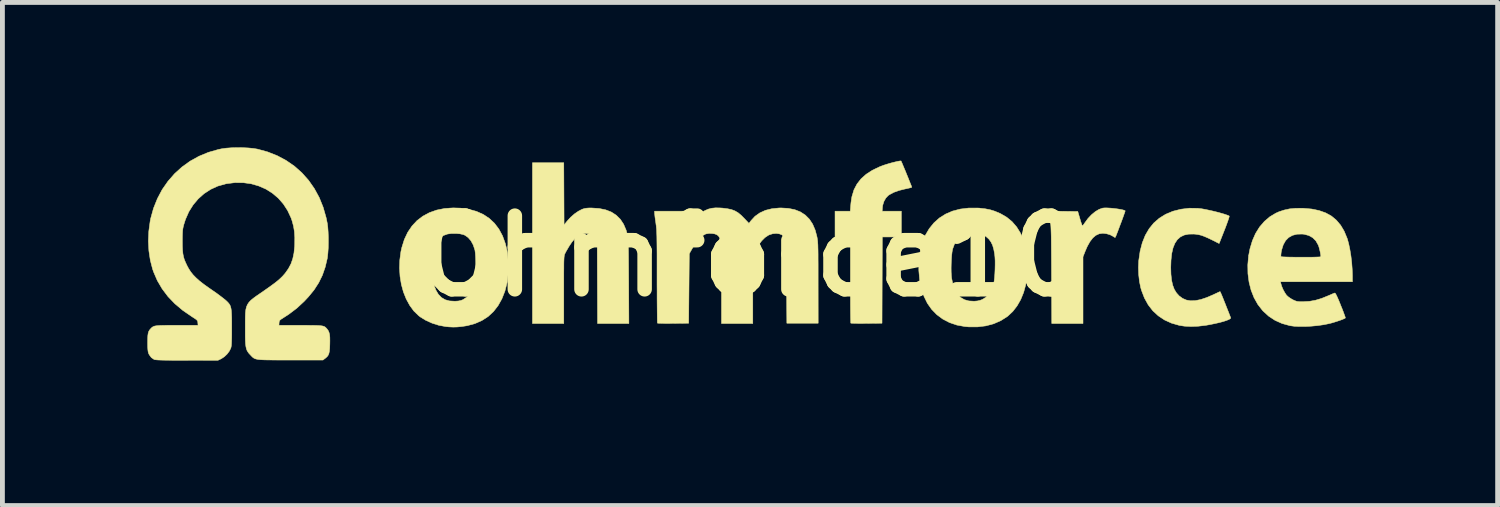
<source format=kicad_pcb>
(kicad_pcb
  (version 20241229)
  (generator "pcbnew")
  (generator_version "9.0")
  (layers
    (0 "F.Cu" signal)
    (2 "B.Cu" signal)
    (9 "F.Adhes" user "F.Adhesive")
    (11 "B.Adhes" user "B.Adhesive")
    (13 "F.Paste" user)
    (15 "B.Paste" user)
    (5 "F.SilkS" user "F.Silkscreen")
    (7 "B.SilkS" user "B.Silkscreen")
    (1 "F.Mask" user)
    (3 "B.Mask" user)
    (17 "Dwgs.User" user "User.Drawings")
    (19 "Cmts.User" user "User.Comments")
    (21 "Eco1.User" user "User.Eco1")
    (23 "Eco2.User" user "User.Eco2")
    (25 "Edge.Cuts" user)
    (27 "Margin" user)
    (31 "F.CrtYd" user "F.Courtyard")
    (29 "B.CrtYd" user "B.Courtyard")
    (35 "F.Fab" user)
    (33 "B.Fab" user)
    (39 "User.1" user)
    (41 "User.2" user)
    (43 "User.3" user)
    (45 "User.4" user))
  (footprint "Ohmforce10"
    (layer "F.Cu")
    (at 12.502 2.247)
    (property "Reference" "Ohmforce10" (at 0 0 0) (layer "F.SilkS") (effects (font (size 1.524 1.524) (thickness 0.3))))
    (attr through_hole)
    (fp_poly (pts (xy -3.883 -1.287) (xy -3.88 -0.644) (xy -3.81 -0.729) (xy -3.741 -0.804) (xy -3.663 -0.872) (xy -3.583 -0.927) (xy -3.508 -0.966) (xy -3.505 -0.967) (xy -3.463 -0.981) (xy -3.419 -0.989) (xy -3.365 -0.993) (xy -3.308 -0.993) (xy -3.155 -0.983) (xy -3.019 -0.955) (xy -2.901 -0.909) (xy -2.801 -0.844) (xy -2.716 -0.76) (xy -2.648 -0.657) (xy -2.596 -0.535) (xy -2.571 -0.445) (xy -2.566 -0.424) (xy -2.562 -0.4) (xy -2.559 -0.372) (xy -2.556 -0.338) (xy -2.554 -0.295) (xy -2.552 -0.241) (xy -2.55 -0.175) (xy -2.548 -0.095) (xy -2.547 0.001) (xy -2.546 0.116) (xy -2.545 0.251) (xy -2.544 0.408) (xy -2.543 0.524) (xy -2.539 1.397) (xy -3.187 1.397) (xy -3.194 -0.298) (xy -3.226 -0.355) (xy -3.253 -0.394) (xy -3.285 -0.426) (xy -3.298 -0.435) (xy -3.358 -0.458) (xy -3.428 -0.467) (xy -3.498 -0.462) (xy -3.536 -0.452) (xy -3.593 -0.419) (xy -3.653 -0.364) (xy -3.717 -0.289) (xy -3.78 -0.195) (xy -3.843 -0.086) (xy -3.859 -0.054) (xy -3.865 -0.042) (xy -3.87 -0.03) (xy -3.874 -0.014) (xy -3.877 0.006) (xy -3.88 0.033) (xy -3.882 0.07) (xy -3.884 0.118) (xy -3.885 0.179) (xy -3.885 0.255) (xy -3.886 0.35) (xy -3.886 0.464) (xy -3.886 0.6) (xy -3.886 0.698) (xy -3.886 1.397) (xy -4.534 1.397) (xy -4.534 -1.93) (xy -3.886 -1.93) (xy -3.883 -1.287)) (stroke (width 0.01) (type solid)) (fill yes) (layer "F.SilkS"))
    (fp_poly (pts (xy 3.093 -1.966) (xy 3.099 -1.953) (xy 3.114 -1.92) (xy 3.134 -1.872) (xy 3.159 -1.812) (xy 3.187 -1.746) (xy 3.215 -1.676) (xy 3.243 -1.608) (xy 3.268 -1.544) (xy 3.29 -1.49) (xy 3.306 -1.45) (xy 3.314 -1.426) (xy 3.315 -1.423) (xy 3.303 -1.417) (xy 3.271 -1.408) (xy 3.225 -1.397) (xy 3.172 -1.386) (xy 3.048 -1.355) (xy 2.94 -1.316) (xy 2.853 -1.269) (xy 2.828 -1.252) (xy 2.778 -1.199) (xy 2.739 -1.13) (xy 2.714 -1.051) (xy 2.708 -1.008) (xy 2.702 -0.927) (xy 3.099 -0.927) (xy 3.099 -0.394) (xy 2.705 -0.394) (xy 2.702 0.498) (xy 2.699 1.391) (xy 2.38 1.394) (xy 2.293 1.395) (xy 2.214 1.395) (xy 2.147 1.394) (xy 2.096 1.392) (xy 2.063 1.391) (xy 2.053 1.389) (xy 2.052 1.375) (xy 2.051 1.338) (xy 2.049 1.279) (xy 2.048 1.202) (xy 2.047 1.107) (xy 2.046 0.997) (xy 2.046 0.874) (xy 2.045 0.74) (xy 2.045 0.597) (xy 2.045 0.493) (xy 2.045 -0.394) (xy 1.727 -0.394) (xy 1.727 -0.927) (xy 2.042 -0.927) (xy 2.051 -1.038) (xy 2.057 -1.104) (xy 2.067 -1.173) (xy 2.077 -1.233) (xy 2.079 -1.238) (xy 2.119 -1.37) (xy 2.182 -1.49) (xy 2.266 -1.597) (xy 2.372 -1.692) (xy 2.501 -1.775) (xy 2.652 -1.847) (xy 2.731 -1.877) (xy 2.787 -1.895) (xy 2.85 -1.914) (xy 2.915 -1.932) (xy 2.976 -1.947) (xy 3.029 -1.959) (xy 3.069 -1.966) (xy 3.09 -1.967) (xy 3.093 -1.966)) (stroke (width 0.01) (type solid)) (fill yes) (layer "F.SilkS"))
    (fp_poly (pts (xy 7.366 -0.994) (xy 7.432 -0.99) (xy 7.502 -0.983) (xy 7.572 -0.974) (xy 7.635 -0.964) (xy 7.686 -0.953) (xy 7.721 -0.941) (xy 7.731 -0.935) (xy 7.728 -0.922) (xy 7.717 -0.89) (xy 7.7 -0.842) (xy 7.679 -0.783) (xy 7.655 -0.717) (xy 7.628 -0.647) (xy 7.602 -0.577) (xy 7.578 -0.513) (xy 7.556 -0.457) (xy 7.539 -0.414) (xy 7.527 -0.388) (xy 7.524 -0.383) (xy 7.512 -0.386) (xy 7.488 -0.401) (xy 7.48 -0.407) (xy 7.419 -0.439) (xy 7.344 -0.461) (xy 7.269 -0.47) (xy 7.266 -0.47) (xy 7.192 -0.459) (xy 7.123 -0.427) (xy 7.06 -0.373) (xy 7.001 -0.296) (xy 6.945 -0.195) (xy 6.901 -0.093) (xy 6.858 0.017) (xy 6.858 1.397) (xy 6.212 1.397) (xy 6.207 0.391) (xy 6.206 0.206) (xy 6.205 0.046) (xy 6.204 -0.094) (xy 6.203 -0.213) (xy 6.202 -0.315) (xy 6.201 -0.4) (xy 6.199 -0.472) (xy 6.197 -0.531) (xy 6.195 -0.58) (xy 6.193 -0.621) (xy 6.19 -0.655) (xy 6.187 -0.684) (xy 6.183 -0.711) (xy 6.178 -0.737) (xy 6.175 -0.756) (xy 6.164 -0.813) (xy 6.155 -0.863) (xy 6.149 -0.897) (xy 6.147 -0.911) (xy 6.152 -0.917) (xy 6.169 -0.921) (xy 6.201 -0.923) (xy 6.249 -0.925) (xy 6.317 -0.925) (xy 6.407 -0.925) (xy 6.448 -0.924) (xy 6.75 -0.921) (xy 6.794 -0.772) (xy 6.811 -0.714) (xy 6.827 -0.667) (xy 6.839 -0.635) (xy 6.846 -0.622) (xy 6.846 -0.622) (xy 6.856 -0.632) (xy 6.876 -0.658) (xy 6.896 -0.687) (xy 6.962 -0.777) (xy 7.036 -0.855) (xy 7.114 -0.919) (xy 7.191 -0.965) (xy 7.265 -0.991) (xy 7.269 -0.991) (xy 7.31 -0.995) (xy 7.366 -0.994)) (stroke (width 0.01) (type solid)) (fill yes) (layer "F.SilkS"))
    (fp_poly (pts (xy 9.234 -0.986) (xy 9.313 -0.977) (xy 9.381 -0.965) (xy 9.457 -0.949) (xy 9.539 -0.931) (xy 9.621 -0.911) (xy 9.699 -0.89) (xy 9.769 -0.87) (xy 9.826 -0.851) (xy 9.867 -0.836) (xy 9.884 -0.826) (xy 9.883 -0.812) (xy 9.873 -0.778) (xy 9.856 -0.727) (xy 9.833 -0.663) (xy 9.805 -0.588) (xy 9.785 -0.537) (xy 9.675 -0.258) (xy 9.533 -0.33) (xy 9.443 -0.373) (xy 9.369 -0.405) (xy 9.306 -0.428) (xy 9.247 -0.442) (xy 9.187 -0.451) (xy 9.149 -0.454) (xy 9.043 -0.452) (xy 8.952 -0.433) (xy 8.875 -0.396) (xy 8.811 -0.34) (xy 8.76 -0.264) (xy 8.721 -0.168) (xy 8.694 -0.051) (xy 8.679 0.087) (xy 8.674 0.235) (xy 8.678 0.379) (xy 8.691 0.501) (xy 8.714 0.604) (xy 8.747 0.691) (xy 8.792 0.764) (xy 8.848 0.826) (xy 8.919 0.878) (xy 8.998 0.912) (xy 9.086 0.927) (xy 9.185 0.923) (xy 9.295 0.901) (xy 9.42 0.859) (xy 9.56 0.799) (xy 9.571 0.793) (xy 9.621 0.77) (xy 9.661 0.751) (xy 9.688 0.739) (xy 9.695 0.737) (xy 9.701 0.748) (xy 9.715 0.779) (xy 9.736 0.828) (xy 9.761 0.89) (xy 9.79 0.963) (xy 9.805 1) (xy 9.835 1.077) (xy 9.863 1.147) (xy 9.886 1.206) (xy 9.903 1.25) (xy 9.913 1.275) (xy 9.915 1.28) (xy 9.908 1.295) (xy 9.879 1.313) (xy 9.83 1.333) (xy 9.763 1.355) (xy 9.682 1.377) (xy 9.589 1.398) (xy 9.487 1.419) (xy 9.397 1.435) (xy 9.244 1.453) (xy 9.095 1.459) (xy 8.956 1.452) (xy 8.852 1.436) (xy 8.691 1.39) (xy 8.545 1.324) (xy 8.416 1.238) (xy 8.303 1.134) (xy 8.207 1.01) (xy 8.129 0.869) (xy 8.068 0.71) (xy 8.052 0.654) (xy 8.026 0.526) (xy 8.01 0.384) (xy 8.005 0.238) (xy 8.011 0.098) (xy 8.012 0.092) (xy 8.04 -0.1) (xy 8.085 -0.273) (xy 8.147 -0.428) (xy 8.227 -0.565) (xy 8.323 -0.683) (xy 8.437 -0.782) (xy 8.568 -0.863) (xy 8.716 -0.925) (xy 8.719 -0.926) (xy 8.886 -0.968) (xy 9.06 -0.989) (xy 9.234 -0.986)) (stroke (width 0.01) (type solid)) (fill yes) (layer "F.SilkS"))
    (fp_poly (pts (xy -6.024 -0.99) (xy -5.85 -0.966) (xy -5.693 -0.923) (xy -5.552 -0.86) (xy -5.428 -0.778) (xy -5.32 -0.677) (xy -5.229 -0.557) (xy -5.154 -0.418) (xy -5.096 -0.259) (xy -5.066 -0.139) (xy -5.051 -0.048) (xy -5.041 0.058) (xy -5.036 0.174) (xy -5.036 0.292) (xy -5.041 0.403) (xy -5.051 0.502) (xy -5.058 0.547) (xy -5.104 0.727) (xy -5.167 0.887) (xy -5.246 1.028) (xy -5.341 1.15) (xy -5.452 1.253) (xy -5.58 1.335) (xy -5.723 1.398) (xy -5.883 1.442) (xy -6.001 1.46) (xy -6.094 1.469) (xy -6.176 1.471) (xy -6.261 1.467) (xy -6.331 1.46) (xy -6.472 1.434) (xy -6.611 1.39) (xy -6.742 1.331) (xy -6.857 1.26) (xy -6.891 1.233) (xy -6.989 1.138) (xy -7.074 1.022) (xy -7.146 0.89) (xy -7.204 0.745) (xy -7.247 0.588) (xy -7.274 0.423) (xy -7.284 0.265) (xy -6.614 0.265) (xy -6.613 0.284) (xy -6.61 0.37) (xy -6.605 0.438) (xy -6.599 0.492) (xy -6.59 0.54) (xy -6.578 0.586) (xy -6.576 0.592) (xy -6.534 0.703) (xy -6.482 0.792) (xy -6.418 0.859) (xy -6.341 0.905) (xy -6.25 0.93) (xy -6.144 0.936) (xy -6.134 0.936) (xy -6.071 0.932) (xy -6.023 0.923) (xy -5.981 0.908) (xy -5.962 0.898) (xy -5.886 0.846) (xy -5.822 0.774) (xy -5.771 0.681) (xy -5.732 0.571) (xy -5.723 0.525) (xy -5.717 0.46) (xy -5.712 0.379) (xy -5.709 0.29) (xy -5.707 0.196) (xy -5.708 0.104) (xy -5.711 0.019) (xy -5.716 -0.054) (xy -5.723 -0.11) (xy -5.726 -0.127) (xy -5.76 -0.229) (xy -5.807 -0.315) (xy -5.865 -0.382) (xy -5.931 -0.429) (xy -5.965 -0.443) (xy -6.035 -0.459) (xy -6.119 -0.466) (xy -6.205 -0.466) (xy -6.281 -0.456) (xy -6.296 -0.453) (xy -6.379 -0.423) (xy -6.449 -0.378) (xy -6.505 -0.318) (xy -6.549 -0.241) (xy -6.582 -0.145) (xy -6.603 -0.03) (xy -6.614 0.106) (xy -6.614 0.265) (xy -7.284 0.265) (xy -7.285 0.253) (xy -7.279 0.081) (xy -7.256 -0.091) (xy -7.237 -0.176) (xy -7.185 -0.342) (xy -7.115 -0.49) (xy -7.027 -0.62) (xy -6.923 -0.732) (xy -6.802 -0.824) (xy -6.666 -0.897) (xy -6.516 -0.95) (xy -6.351 -0.983) (xy -6.174 -0.995) (xy -6.024 -0.99)) (stroke (width 0.01) (type solid)) (fill yes) (layer "F.SilkS"))
    (fp_poly (pts (xy 4.715 -0.99) (xy 4.832 -0.977) (xy 4.935 -0.957) (xy 5.032 -0.927) (xy 5.134 -0.884) (xy 5.15 -0.877) (xy 5.279 -0.802) (xy 5.391 -0.71) (xy 5.485 -0.601) (xy 5.563 -0.475) (xy 5.625 -0.329) (xy 5.67 -0.165) (xy 5.699 0.019) (xy 5.704 0.063) (xy 5.711 0.247) (xy 5.701 0.425) (xy 5.673 0.595) (xy 5.629 0.755) (xy 5.569 0.902) (xy 5.493 1.034) (xy 5.404 1.149) (xy 5.302 1.244) (xy 5.292 1.252) (xy 5.157 1.338) (xy 5.008 1.403) (xy 4.847 1.446) (xy 4.676 1.467) (xy 4.495 1.467) (xy 4.41 1.459) (xy 4.246 1.429) (xy 4.094 1.377) (xy 3.956 1.305) (xy 3.833 1.214) (xy 3.727 1.105) (xy 3.638 0.979) (xy 3.568 0.836) (xy 3.561 0.817) (xy 3.51 0.653) (xy 3.477 0.48) (xy 3.461 0.302) (xy 3.461 0.247) (xy 4.129 0.247) (xy 4.13 0.332) (xy 4.134 0.407) (xy 4.139 0.458) (xy 4.167 0.591) (xy 4.207 0.701) (xy 4.259 0.79) (xy 4.325 0.858) (xy 4.403 0.904) (xy 4.495 0.93) (xy 4.601 0.936) (xy 4.605 0.936) (xy 4.67 0.931) (xy 4.722 0.92) (xy 4.77 0.902) (xy 4.779 0.897) (xy 4.85 0.853) (xy 4.908 0.793) (xy 4.956 0.715) (xy 4.995 0.617) (xy 5.011 0.565) (xy 5.02 0.516) (xy 5.028 0.448) (xy 5.034 0.366) (xy 5.038 0.276) (xy 5.04 0.185) (xy 5.04 0.099) (xy 5.036 0.023) (xy 5.03 -0.037) (xy 5.03 -0.038) (xy 5.011 -0.14) (xy 4.987 -0.222) (xy 4.955 -0.288) (xy 4.915 -0.344) (xy 4.897 -0.362) (xy 4.849 -0.404) (xy 4.799 -0.433) (xy 4.742 -0.451) (xy 4.67 -0.461) (xy 4.585 -0.463) (xy 4.475 -0.456) (xy 4.385 -0.434) (xy 4.311 -0.394) (xy 4.251 -0.336) (xy 4.203 -0.258) (xy 4.165 -0.157) (xy 4.158 -0.133) (xy 4.149 -0.084) (xy 4.141 -0.015) (xy 4.135 0.067) (xy 4.131 0.156) (xy 4.129 0.247) (xy 3.461 0.247) (xy 3.462 0.123) (xy 3.48 -0.051) (xy 3.516 -0.216) (xy 3.568 -0.368) (xy 3.593 -0.424) (xy 3.675 -0.564) (xy 3.773 -0.685) (xy 3.887 -0.787) (xy 4.016 -0.868) (xy 4.16 -0.93) (xy 4.319 -0.971) (xy 4.492 -0.992) (xy 4.679 -0.992) (xy 4.715 -0.99)) (stroke (width 0.01) (type solid)) (fill yes) (layer "F.SilkS"))
    (fp_poly (pts (xy 11.417 -0.987) (xy 11.59 -0.972) (xy 11.744 -0.94) (xy 11.88 -0.892) (xy 11.999 -0.826) (xy 12.101 -0.741) (xy 12.189 -0.637) (xy 12.262 -0.514) (xy 12.322 -0.37) (xy 12.331 -0.344) (xy 12.357 -0.247) (xy 12.381 -0.131) (xy 12.402 -0.002) (xy 12.418 0.133) (xy 12.428 0.269) (xy 12.433 0.4) (xy 12.433 0.422) (xy 12.433 0.533) (xy 10.945 0.533) (xy 10.954 0.575) (xy 10.971 0.63) (xy 10.998 0.694) (xy 11.032 0.756) (xy 11.066 0.807) (xy 11.074 0.816) (xy 11.107 0.846) (xy 11.153 0.878) (xy 11.199 0.905) (xy 11.238 0.923) (xy 11.27 0.935) (xy 11.302 0.942) (xy 11.342 0.945) (xy 11.397 0.945) (xy 11.423 0.945) (xy 11.546 0.938) (xy 11.668 0.916) (xy 11.795 0.878) (xy 11.926 0.825) (xy 11.978 0.803) (xy 12.023 0.783) (xy 12.055 0.77) (xy 12.066 0.766) (xy 12.075 0.769) (xy 12.086 0.784) (xy 12.102 0.813) (xy 12.123 0.858) (xy 12.151 0.922) (xy 12.186 1.008) (xy 12.189 1.017) (xy 12.22 1.092) (xy 12.246 1.16) (xy 12.266 1.216) (xy 12.281 1.257) (xy 12.287 1.28) (xy 12.287 1.283) (xy 12.271 1.293) (xy 12.237 1.308) (xy 12.188 1.327) (xy 12.129 1.347) (xy 12.067 1.367) (xy 12.007 1.385) (xy 11.952 1.399) (xy 11.839 1.422) (xy 11.714 1.44) (xy 11.585 1.452) (xy 11.458 1.459) (xy 11.337 1.459) (xy 11.229 1.454) (xy 11.14 1.442) (xy 11.138 1.441) (xy 10.978 1.397) (xy 10.832 1.332) (xy 10.7 1.245) (xy 10.583 1.138) (xy 10.573 1.127) (xy 10.476 1.003) (xy 10.397 0.862) (xy 10.336 0.707) (xy 10.294 0.541) (xy 10.271 0.366) (xy 10.268 0.185) (xy 10.284 0.00042) (xy 10.285 -0.005) (xy 10.952 -0.005) (xy 10.954 0.013) (xy 10.954 0.013) (xy 10.968 0.016) (xy 11.004 0.019) (xy 11.058 0.021) (xy 11.126 0.023) (xy 11.204 0.024) (xy 11.29 0.025) (xy 11.378 0.025) (xy 11.467 0.025) (xy 11.55 0.025) (xy 11.626 0.024) (xy 11.691 0.022) (xy 11.74 0.02) (xy 11.77 0.018) (xy 11.778 0.015) (xy 11.779 -0.004) (xy 11.774 -0.04) (xy 11.765 -0.088) (xy 11.753 -0.139) (xy 11.74 -0.188) (xy 11.726 -0.227) (xy 11.724 -0.23) (xy 11.676 -0.314) (xy 11.611 -0.379) (xy 11.53 -0.424) (xy 11.433 -0.45) (xy 11.392 -0.454) (xy 11.285 -0.451) (xy 11.192 -0.427) (xy 11.114 -0.383) (xy 11.05 -0.318) (xy 11.002 -0.233) (xy 10.969 -0.128) (xy 10.96 -0.085) (xy 10.955 -0.04) (xy 10.952 -0.005) (xy 10.285 -0.005) (xy 10.313 -0.15) (xy 10.363 -0.316) (xy 10.429 -0.467) (xy 10.512 -0.6) (xy 10.611 -0.715) (xy 10.723 -0.811) (xy 10.848 -0.886) (xy 10.915 -0.916) (xy 11.022 -0.951) (xy 11.132 -0.975) (xy 11.251 -0.986) (xy 11.385 -0.988) (xy 11.417 -0.987)) (stroke (width 0.01) (type solid)) (fill yes) (layer "F.SilkS"))
    (fp_poly (pts (xy -0.651 -0.994) (xy -0.603 -0.991) (xy -0.5 -0.978) (xy -0.415 -0.96) (xy -0.344 -0.933) (xy -0.278 -0.894) (xy -0.213 -0.84) (xy -0.15 -0.776) (xy -0.054 -0.675) (xy -0.011 -0.732) (xy 0.071 -0.821) (xy 0.171 -0.892) (xy 0.287 -0.945) (xy 0.42 -0.978) (xy 0.568 -0.993) (xy 0.61 -0.994) (xy 0.761 -0.985) (xy 0.895 -0.958) (xy 1.011 -0.912) (xy 1.111 -0.847) (xy 1.195 -0.763) (xy 1.263 -0.66) (xy 1.316 -0.536) (xy 1.349 -0.413) (xy 1.355 -0.387) (xy 1.359 -0.362) (xy 1.363 -0.335) (xy 1.367 -0.306) (xy 1.369 -0.271) (xy 1.372 -0.229) (xy 1.373 -0.177) (xy 1.375 -0.113) (xy 1.376 -0.036) (xy 1.376 0.057) (xy 1.377 0.168) (xy 1.377 0.299) (xy 1.377 0.452) (xy 1.377 0.552) (xy 1.378 1.391) (xy 0.73 1.391) (xy 0.724 0.552) (xy 0.722 0.383) (xy 0.721 0.236) (xy 0.72 0.111) (xy 0.718 0.006) (xy 0.717 -0.082) (xy 0.714 -0.154) (xy 0.712 -0.212) (xy 0.708 -0.258) (xy 0.704 -0.295) (xy 0.699 -0.323) (xy 0.693 -0.346) (xy 0.686 -0.364) (xy 0.677 -0.38) (xy 0.668 -0.396) (xy 0.664 -0.402) (xy 0.627 -0.438) (xy 0.573 -0.459) (xy 0.509 -0.467) (xy 0.439 -0.461) (xy 0.368 -0.439) (xy 0.349 -0.43) (xy 0.278 -0.383) (xy 0.209 -0.314) (xy 0.144 -0.226) (xy 0.086 -0.125) (xy 0.056 -0.058) (xy 0.025 0.017) (xy 0.025 1.397) (xy -0.622 1.397) (xy -0.622 0.606) (xy -0.623 0.424) (xy -0.623 0.266) (xy -0.624 0.13) (xy -0.626 0.013) (xy -0.628 -0.085) (xy -0.631 -0.167) (xy -0.636 -0.233) (xy -0.642 -0.287) (xy -0.649 -0.33) (xy -0.658 -0.363) (xy -0.668 -0.388) (xy -0.681 -0.408) (xy -0.696 -0.423) (xy -0.713 -0.436) (xy -0.717 -0.439) (xy -0.761 -0.457) (xy -0.819 -0.466) (xy -0.882 -0.467) (xy -0.939 -0.458) (xy -0.957 -0.452) (xy -1.013 -0.42) (xy -1.074 -0.366) (xy -1.136 -0.294) (xy -1.199 -0.205) (xy -1.258 -0.102) (xy -1.259 -0.102) (xy -1.289 -0.044) (xy -1.302 1.391) (xy -1.62 1.394) (xy -1.708 1.395) (xy -1.787 1.395) (xy -1.854 1.394) (xy -1.905 1.392) (xy -1.937 1.391) (xy -1.947 1.389) (xy -1.949 1.375) (xy -1.95 1.338) (xy -1.951 1.279) (xy -1.952 1.201) (xy -1.953 1.106) (xy -1.954 0.995) (xy -1.955 0.87) (xy -1.955 0.735) (xy -1.956 0.589) (xy -1.956 0.437) (xy -1.956 0.433) (xy -1.956 0.253) (xy -1.956 0.097) (xy -1.956 -0.038) (xy -1.957 -0.153) (xy -1.958 -0.251) (xy -1.959 -0.334) (xy -1.96 -0.404) (xy -1.962 -0.463) (xy -1.964 -0.512) (xy -1.966 -0.554) (xy -1.97 -0.591) (xy -1.973 -0.625) (xy -1.978 -0.658) (xy -1.981 -0.684) (xy -1.991 -0.75) (xy -1.999 -0.81) (xy -2.004 -0.858) (xy -2.007 -0.887) (xy -2.007 -0.89) (xy -2.007 -0.927) (xy -1.412 -0.927) (xy -1.371 -0.797) (xy -1.354 -0.743) (xy -1.339 -0.698) (xy -1.327 -0.667) (xy -1.322 -0.657) (xy -1.31 -0.661) (xy -1.287 -0.681) (xy -1.257 -0.712) (xy -1.254 -0.716) (xy -1.184 -0.786) (xy -1.1 -0.855) (xy -1.011 -0.914) (xy -0.965 -0.94) (xy -0.895 -0.97) (xy -0.824 -0.988) (xy -0.745 -0.996) (xy -0.651 -0.994)) (stroke (width 0.01) (type solid)) (fill yes) (layer "F.SilkS"))
    (fp_poly (pts (xy -10.523 -2.241) (xy -10.406 -2.235) (xy -10.301 -2.224) (xy -10.227 -2.212) (xy -10.015 -2.154) (xy -9.815 -2.075) (xy -9.63 -1.976) (xy -9.459 -1.858) (xy -9.305 -1.721) (xy -9.167 -1.566) (xy -9.048 -1.396) (xy -8.946 -1.209) (xy -8.865 -1.008) (xy -8.804 -0.794) (xy -8.779 -0.673) (xy -8.769 -0.593) (xy -8.762 -0.495) (xy -8.758 -0.386) (xy -8.758 -0.273) (xy -8.76 -0.163) (xy -8.767 -0.062) (xy -8.776 0.022) (xy -8.78 0.05) (xy -8.823 0.231) (xy -8.881 0.398) (xy -8.957 0.553) (xy -9.053 0.702) (xy -9.171 0.846) (xy -9.258 0.939) (xy -9.411 1.081) (xy -9.572 1.203) (xy -9.686 1.277) (xy -9.729 1.304) (xy -9.755 1.324) (xy -9.769 1.342) (xy -9.775 1.364) (xy -9.777 1.382) (xy -9.78 1.435) (xy -9.335 1.435) (xy -9.211 1.435) (xy -9.11 1.436) (xy -9.028 1.437) (xy -8.965 1.439) (xy -8.916 1.443) (xy -8.879 1.448) (xy -8.851 1.456) (xy -8.83 1.466) (xy -8.813 1.48) (xy -8.797 1.496) (xy -8.784 1.511) (xy -8.76 1.544) (xy -8.744 1.58) (xy -8.733 1.623) (xy -8.727 1.68) (xy -8.726 1.754) (xy -8.727 1.823) (xy -8.73 1.907) (xy -8.736 1.97) (xy -8.746 2.017) (xy -8.761 2.053) (xy -8.783 2.083) (xy -8.813 2.11) (xy -8.822 2.117) (xy -8.869 2.153) (xy -9.543 2.153) (xy -9.697 2.153) (xy -9.827 2.153) (xy -9.937 2.152) (xy -10.028 2.151) (xy -10.102 2.149) (xy -10.161 2.146) (xy -10.208 2.141) (xy -10.245 2.134) (xy -10.274 2.126) (xy -10.298 2.114) (xy -10.317 2.101) (xy -10.336 2.084) (xy -10.355 2.064) (xy -10.372 2.046) (xy -10.401 2.015) (xy -10.423 1.985) (xy -10.441 1.954) (xy -10.454 1.917) (xy -10.464 1.872) (xy -10.471 1.816) (xy -10.475 1.745) (xy -10.477 1.657) (xy -10.477 1.547) (xy -10.477 1.494) (xy -10.477 1.368) (xy -10.476 1.264) (xy -10.473 1.179) (xy -10.465 1.109) (xy -10.451 1.051) (xy -10.429 1.001) (xy -10.399 0.957) (xy -10.359 0.915) (xy -10.306 0.872) (xy -10.239 0.823) (xy -10.157 0.767) (xy -10.126 0.746) (xy -10.019 0.671) (xy -9.931 0.608) (xy -9.858 0.554) (xy -9.798 0.506) (xy -9.749 0.462) (xy -9.706 0.42) (xy -9.668 0.377) (xy -9.65 0.356) (xy -9.583 0.261) (xy -9.531 0.163) (xy -9.494 0.057) (xy -9.469 -0.061) (xy -9.455 -0.197) (xy -9.453 -0.248) (xy -9.452 -0.385) (xy -9.46 -0.505) (xy -9.478 -0.616) (xy -9.507 -0.724) (xy -9.529 -0.788) (xy -9.6 -0.94) (xy -9.689 -1.077) (xy -9.795 -1.198) (xy -9.916 -1.3) (xy -10.051 -1.385) (xy -10.198 -1.449) (xy -10.354 -1.494) (xy -10.519 -1.517) (xy -10.69 -1.518) (xy -10.865 -1.496) (xy -10.887 -1.491) (xy -11.047 -1.446) (xy -11.195 -1.378) (xy -11.33 -1.29) (xy -11.451 -1.182) (xy -11.556 -1.057) (xy -11.645 -0.915) (xy -11.714 -0.758) (xy -11.749 -0.648) (xy -11.76 -0.605) (xy -11.768 -0.565) (xy -11.773 -0.522) (xy -11.776 -0.471) (xy -11.778 -0.407) (xy -11.779 -0.323) (xy -11.779 -0.305) (xy -11.778 -0.201) (xy -11.774 -0.116) (xy -11.767 -0.046) (xy -11.755 0.015) (xy -11.738 0.073) (xy -11.713 0.133) (xy -11.683 0.197) (xy -11.646 0.266) (xy -11.604 0.33) (xy -11.554 0.392) (xy -11.495 0.452) (xy -11.424 0.516) (xy -11.337 0.584) (xy -11.232 0.659) (xy -11.151 0.715) (xy -11.08 0.764) (xy -11.011 0.815) (xy -10.948 0.863) (xy -10.896 0.904) (xy -10.863 0.933) (xy -10.835 0.961) (xy -10.813 0.987) (xy -10.795 1.014) (xy -10.782 1.046) (xy -10.772 1.084) (xy -10.765 1.132) (xy -10.761 1.194) (xy -10.758 1.271) (xy -10.757 1.368) (xy -10.757 1.487) (xy -10.757 1.497) (xy -10.757 1.607) (xy -10.758 1.694) (xy -10.76 1.762) (xy -10.762 1.814) (xy -10.765 1.854) (xy -10.77 1.883) (xy -10.776 1.906) (xy -10.777 1.909) (xy -10.807 1.969) (xy -10.854 2.031) (xy -10.911 2.085) (xy -10.971 2.125) (xy -10.979 2.129) (xy -11.043 2.159) (xy -11.684 2.158) (xy -11.836 2.158) (xy -11.964 2.158) (xy -12.07 2.157) (xy -12.157 2.156) (xy -12.226 2.154) (xy -12.279 2.152) (xy -12.318 2.149) (xy -12.344 2.146) (xy -12.361 2.142) (xy -12.363 2.141) (xy -12.42 2.102) (xy -12.464 2.043) (xy -12.477 2.016) (xy -12.486 1.987) (xy -12.492 1.944) (xy -12.496 1.886) (xy -12.497 1.807) (xy -12.497 1.792) (xy -12.496 1.709) (xy -12.493 1.646) (xy -12.486 1.599) (xy -12.475 1.563) (xy -12.459 1.534) (xy -12.436 1.507) (xy -12.436 1.507) (xy -12.418 1.488) (xy -12.401 1.473) (xy -12.382 1.462) (xy -12.359 1.452) (xy -12.329 1.446) (xy -12.289 1.441) (xy -12.236 1.438) (xy -12.168 1.436) (xy -12.081 1.435) (xy -11.974 1.435) (xy -11.893 1.435) (xy -11.454 1.435) (xy -11.458 1.383) (xy -11.46 1.359) (xy -11.467 1.341) (xy -11.481 1.324) (xy -11.506 1.304) (xy -11.547 1.277) (xy -11.581 1.255) (xy -11.769 1.126) (xy -11.934 0.987) (xy -12.076 0.839) (xy -12.196 0.68) (xy -12.296 0.51) (xy -12.375 0.327) (xy -12.395 0.268) (xy -12.442 0.087) (xy -12.471 -0.106) (xy -12.482 -0.308) (xy -12.473 -0.511) (xy -12.446 -0.712) (xy -12.434 -0.776) (xy -12.375 -0.988) (xy -12.295 -1.187) (xy -12.196 -1.374) (xy -12.077 -1.545) (xy -11.94 -1.702) (xy -11.787 -1.841) (xy -11.619 -1.962) (xy -11.437 -2.063) (xy -11.242 -2.144) (xy -11.036 -2.203) (xy -10.966 -2.218) (xy -10.874 -2.231) (xy -10.764 -2.239) (xy -10.645 -2.242) (xy -10.523 -2.241)) (stroke (width 0.01) (type solid)) (fill yes) (layer "F.SilkS")))
  (gr_rect
    (start -3 -3)
    (end 27.94 7.411)
    (stroke (width 0.1) (type default))
    (fill no)
    (layer "Edge.Cuts")))
</source>
